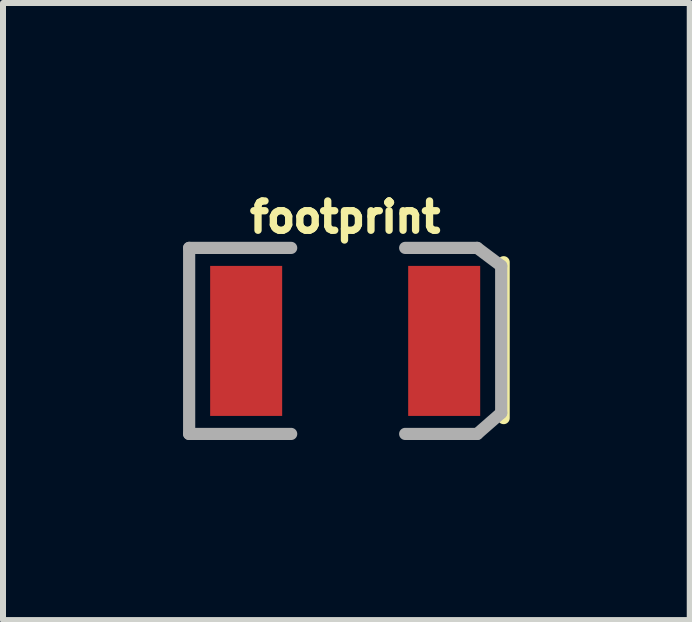
<source format=kicad_pcb>
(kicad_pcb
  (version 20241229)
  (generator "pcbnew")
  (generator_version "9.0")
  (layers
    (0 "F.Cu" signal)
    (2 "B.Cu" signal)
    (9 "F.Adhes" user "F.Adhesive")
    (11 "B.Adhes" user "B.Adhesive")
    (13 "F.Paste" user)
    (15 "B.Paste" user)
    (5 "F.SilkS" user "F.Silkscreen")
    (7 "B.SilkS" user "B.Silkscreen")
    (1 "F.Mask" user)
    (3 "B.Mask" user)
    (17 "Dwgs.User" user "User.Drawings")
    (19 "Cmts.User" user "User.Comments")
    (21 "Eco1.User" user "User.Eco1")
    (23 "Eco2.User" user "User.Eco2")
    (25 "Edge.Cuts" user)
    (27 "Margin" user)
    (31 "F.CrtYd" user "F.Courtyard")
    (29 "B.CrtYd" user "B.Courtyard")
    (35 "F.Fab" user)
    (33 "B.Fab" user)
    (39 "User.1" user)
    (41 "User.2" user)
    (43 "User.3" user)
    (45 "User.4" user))
  (footprint "footprint"
    (layer "F.Cu")
    (at 2.702 2.631)
    (property "Reference" "footprint" (at 0 -1.778 0) (layer "F.SilkS") (effects (font (size 0.488 0.488) (thickness 0.122)) (justify bottom)))
    (fp_line (start 2.641 -1.311) (end 2.641 1.286) (stroke (width 0.203) (type solid)) (layer "F.SilkS"))
    (fp_line (start -2.6 -1.55) (end -0.9 -1.55) (stroke (width 0.203) (type solid)) (layer "F.Fab"))
    (fp_line (start -2.6 1.55) (end -2.6 -1.55) (stroke (width 0.203) (type solid)) (layer "F.Fab"))
    (fp_line (start -0.9 1.55) (end -2.6 1.55) (stroke (width 0.203) (type solid)) (layer "F.Fab"))
    (fp_line (start 1 1.55) (end 2.2 1.55) (stroke (width 0.203) (type solid)) (layer "F.Fab"))
    (fp_line (start 2.2 -1.55) (end 1 -1.55) (stroke (width 0.203) (type solid)) (layer "F.Fab"))
    (fp_line (start 2.2 1.55) (end 2.6 1.2) (stroke (width 0.203) (type solid)) (layer "F.Fab"))
    (fp_line (start 2.6 -1.25) (end 2.2 -1.55) (stroke (width 0.203) (type solid)) (layer "F.Fab"))
    (fp_line (start 2.6 1.2) (end 2.6 -1.25) (stroke (width 0.203) (type solid)) (layer "F.Fab"))
    (pad "A" smd rect (at 1.65 0 90) (size 2.5 1.2) (layers "F.Cu" "F.Mask" "F.Paste"))
    (pad "C" smd rect (at -1.65 0 90) (size 2.5 1.2) (layers "F.Cu" "F.Mask" "F.Paste")))
  (gr_rect
    (start -3 -3)
    (end 8.444 7.283)
    (stroke (width 0.1) (type default))
    (fill no)
    (layer "Edge.Cuts")))
</source>
